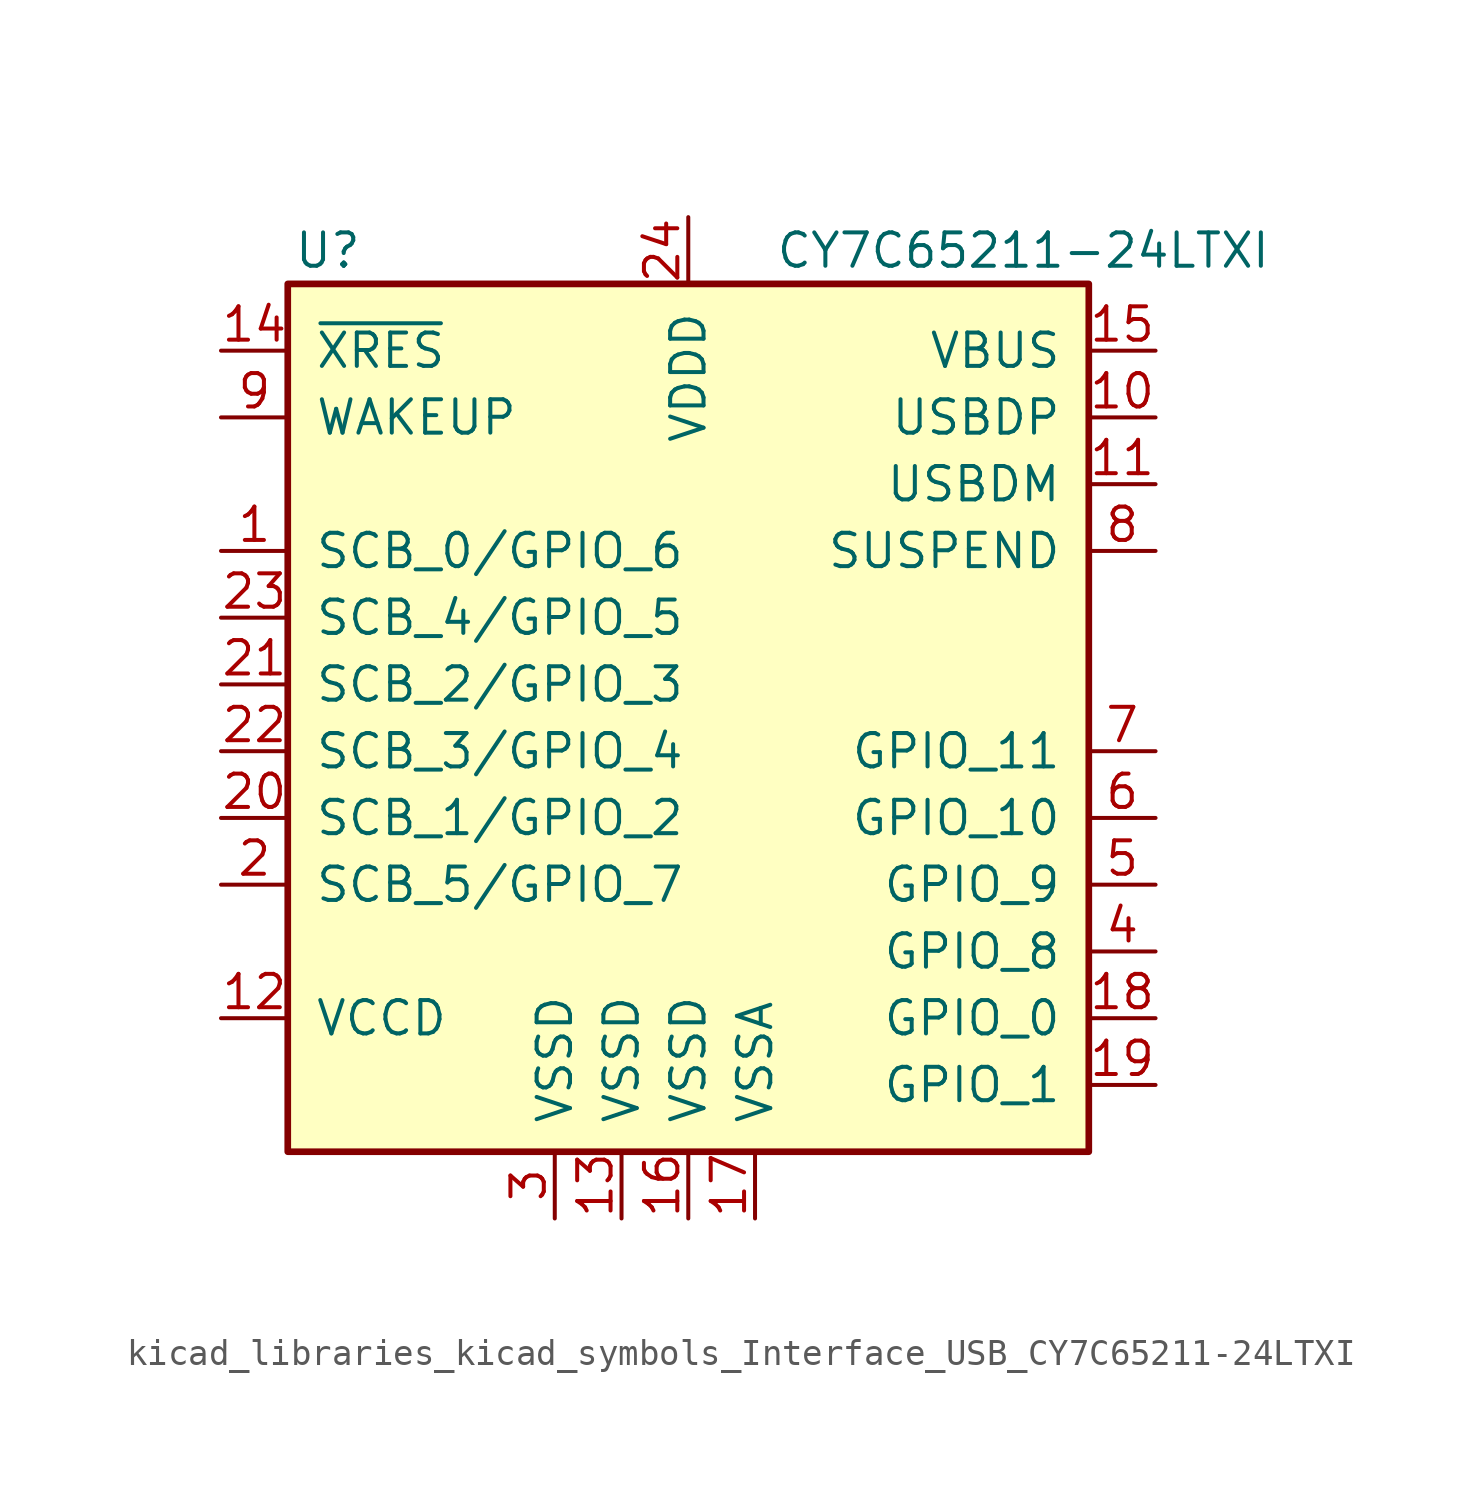
<source format=kicad_sym>
(kicad_symbol_lib
  (version 20220914)
  (generator kicad_symbol_editor)
  (symbol "kicad_libraries_kicad_symbols_Interface_USB_CY7C65211-24LTXI"
    (pin_names
      (offset 1.016))
    (property "Reference" "U"
      (at -13.716 16.51 0)
      (effects (font (size 1.27 1.27))))
    (property "Value" "CY7C65211-24LTXI"
      (at 3.302 16.51 0)
      (effects (font (size 1.27 1.27)) (justify left)))
    (symbol "kicad_libraries_kicad_symbols_Interface_USB_CY7C65211-24LTXI_0_1"
      (rectangle (start -15.24 15.24) (end 15.24 -17.78) (stroke (width 0.254) (type default)) (fill (type background))))
    (symbol "kicad_libraries_kicad_symbols_Interface_USB_CY7C65211-24LTXI_1_1"
      (pin bidirectional line (at -17.78 5.08 0) (length 2.54) (name "SCB_0/GPIO_6" (effects (font (size 1.27 1.27)))) (number "1" (effects (font (size 1.27 1.27)))))
      (pin bidirectional line (at 17.78 10.16 180) (length 2.54) (name "USBDP" (effects (font (size 1.27 1.27)))) (number "10" (effects (font (size 1.27 1.27)))))
      (pin bidirectional line (at 17.78 7.62 180) (length 2.54) (name "USBDM" (effects (font (size 1.27 1.27)))) (number "11" (effects (font (size 1.27 1.27)))))
      (pin power_in line (at -17.78 -12.7 0) (length 2.54) (name "VCCD" (effects (font (size 1.27 1.27)))) (number "12" (effects (font (size 1.27 1.27)))))
      (pin power_in line (at -2.54 -20.32 90) (length 2.54) (name "VSSD" (effects (font (size 1.27 1.27)))) (number "13" (effects (font (size 1.27 1.27)))))
      (pin input line (at -17.78 12.7 0) (length 2.54) (name "~{XRES}" (effects (font (size 1.27 1.27)))) (number "14" (effects (font (size 1.27 1.27)))))
      (pin power_out line (at 17.78 12.7 180) (length 2.54) (name "VBUS" (effects (font (size 1.27 1.27)))) (number "15" (effects (font (size 1.27 1.27)))))
      (pin power_in line (at 0 -20.32 90) (length 2.54) (name "VSSD" (effects (font (size 1.27 1.27)))) (number "16" (effects (font (size 1.27 1.27)))))
      (pin power_in line (at 2.54 -20.32 90) (length 2.54) (name "VSSA" (effects (font (size 1.27 1.27)))) (number "17" (effects (font (size 1.27 1.27)))))
      (pin tri_state line (at 17.78 -12.7 180) (length 2.54) (name "GPIO_0" (effects (font (size 1.27 1.27)))) (number "18" (effects (font (size 1.27 1.27)))))
      (pin tri_state line (at 17.78 -15.24 180) (length 2.54) (name "GPIO_1" (effects (font (size 1.27 1.27)))) (number "19" (effects (font (size 1.27 1.27)))))
      (pin bidirectional line (at -17.78 -7.62 0) (length 2.54) (name "SCB_5/GPIO_7" (effects (font (size 1.27 1.27)))) (number "2" (effects (font (size 1.27 1.27)))))
      (pin bidirectional line (at -17.78 -5.08 0) (length 2.54) (name "SCB_1/GPIO_2" (effects (font (size 1.27 1.27)))) (number "20" (effects (font (size 1.27 1.27)))))
      (pin bidirectional line (at -17.78 0 0) (length 2.54) (name "SCB_2/GPIO_3" (effects (font (size 1.27 1.27)))) (number "21" (effects (font (size 1.27 1.27)))))
      (pin bidirectional line (at -17.78 -2.54 0) (length 2.54) (name "SCB_3/GPIO_4" (effects (font (size 1.27 1.27)))) (number "22" (effects (font (size 1.27 1.27)))))
      (pin bidirectional line (at -17.78 2.54 0) (length 2.54) (name "SCB_4/GPIO_5" (effects (font (size 1.27 1.27)))) (number "23" (effects (font (size 1.27 1.27)))))
      (pin power_in line (at 0 17.78 270) (length 2.54) (name "VDDD" (effects (font (size 1.27 1.27)))) (number "24" (effects (font (size 1.27 1.27)))))
      (pin no_connect line (at -15.24 -15.24 0) (length 2.54) hide (name "1EP" (effects (font (size 1.27 1.27)))) (number "25" (effects (font (size 1.27 1.27)))))
      (pin power_in line (at -5.08 -20.32 90) (length 2.54) (name "VSSD" (effects (font (size 1.27 1.27)))) (number "3" (effects (font (size 1.27 1.27)))))
      (pin tri_state line (at 17.78 -10.16 180) (length 2.54) (name "GPIO_8" (effects (font (size 1.27 1.27)))) (number "4" (effects (font (size 1.27 1.27)))))
      (pin tri_state line (at 17.78 -7.62 180) (length 2.54) (name "GPIO_9" (effects (font (size 1.27 1.27)))) (number "5" (effects (font (size 1.27 1.27)))))
      (pin tri_state line (at 17.78 -5.08 180) (length 2.54) (name "GPIO_10" (effects (font (size 1.27 1.27)))) (number "6" (effects (font (size 1.27 1.27)))))
      (pin tri_state line (at 17.78 -2.54 180) (length 2.54) (name "GPIO_11" (effects (font (size 1.27 1.27)))) (number "7" (effects (font (size 1.27 1.27)))))
      (pin output line (at 17.78 5.08 180) (length 2.54) (name "SUSPEND" (effects (font (size 1.27 1.27)))) (number "8" (effects (font (size 1.27 1.27)))))
      (pin input line (at -17.78 10.16 0) (length 2.54) (name "WAKEUP" (effects (font (size 1.27 1.27)))) (number "9" (effects (font (size 1.27 1.27))))))))
</source>
